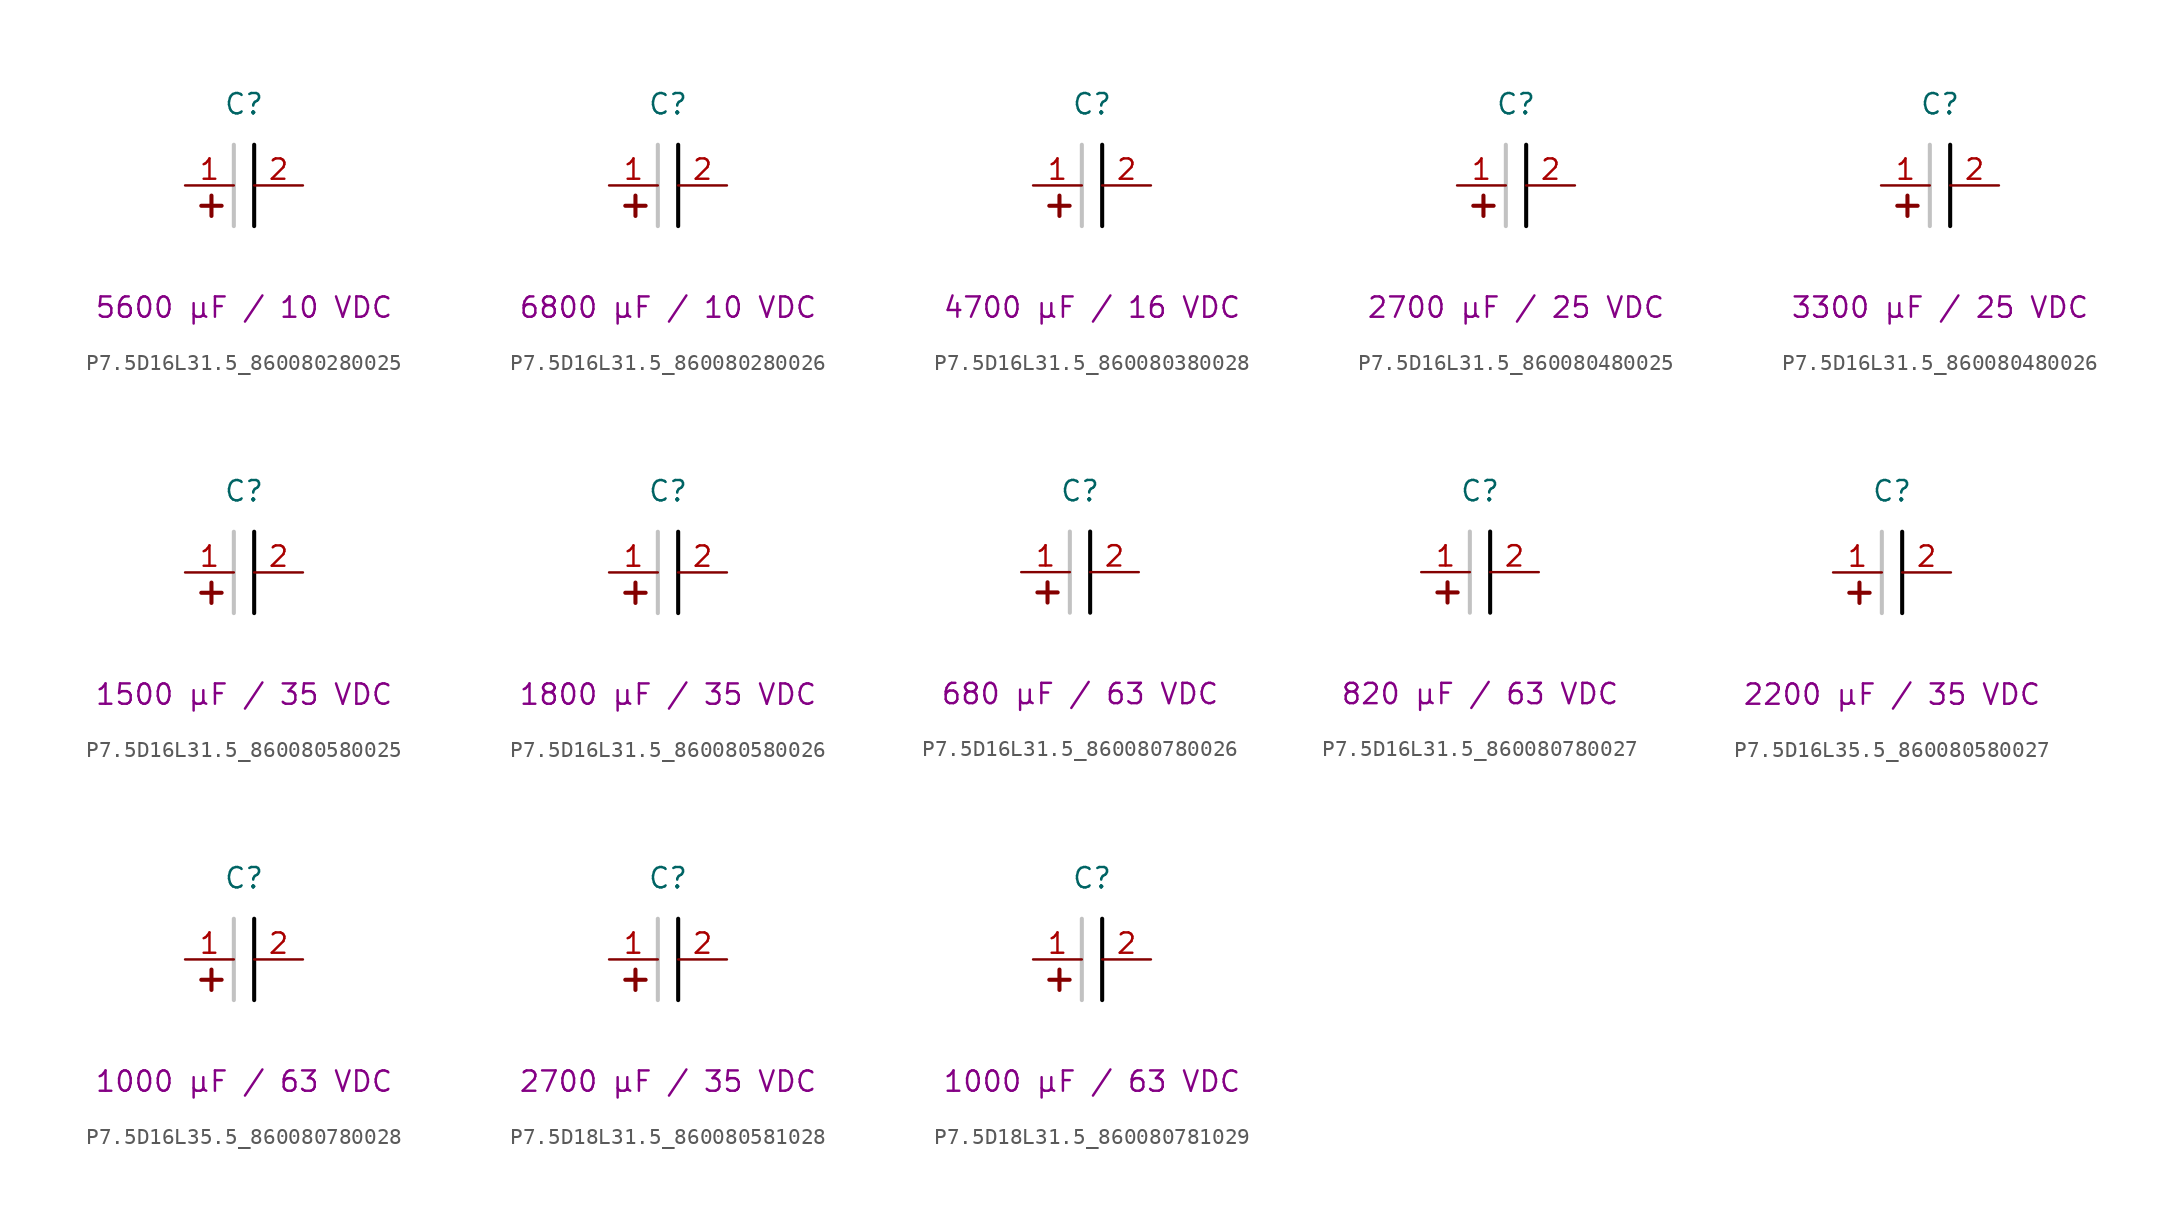
<source format=kicad_sym>
(kicad_symbol_lib
  (version 20220914)
  (generator kicad_symbol_editor)
  (symbol "P7.5D16L31.5_860080280025"
    (pin_names hide)
    (property "Reference" "C"
      (at 0 5.08 0)
      (effects (font (size 1.27 1.27))))
    (property "Critical Parameter" "5600 µF / 10 VDC"
      (at 0 -7.62 0)
      (effects (font (size 1.27 1.27))))
    (symbol "P7.5D16L31.5_860080280025_1_1"
      (polyline (pts (xy -2.667 -1.27) (xy -1.397 -1.27)) (stroke (width 0.254) (type default)) (fill (type none)))
      (polyline (pts (xy -2.032 -0.635) (xy -2.032 -1.905)) (stroke (width 0.254) (type default)) (fill (type none)))
      (polyline (pts (xy -0.635 2.54) (xy -0.635 -2.54)) (stroke (width 0.254) (type default) (color 194 194 194 1)) (fill (type none)))
      (polyline (pts (xy 0.635 2.54) (xy 0.635 -2.54)) (stroke (width 0.254) (type default) (color 0 0 0 1)) (fill (type none)))
      (pin passive line (at -3.679 0 0) (length 3.044) (name "1" (effects (font (size 1.27 1.27)))) (number "1" (effects (font (size 1.27 1.27)))))
      (pin passive line (at 3.679 0 180) (length 3.044) (name "2" (effects (font (size 1.27 1.27)))) (number "2" (effects (font (size 1.27 1.27)))))))
  (symbol "P7.5D16L31.5_860080280026"
    (pin_names hide)
    (property "Reference" "C"
      (at 0 5.08 0)
      (effects (font (size 1.27 1.27))))
    (property "Critical Parameter" "6800 µF / 10 VDC"
      (at 0 -7.62 0)
      (effects (font (size 1.27 1.27))))
    (symbol "P7.5D16L31.5_860080280026_1_1"
      (polyline (pts (xy -2.667 -1.27) (xy -1.397 -1.27)) (stroke (width 0.254) (type default)) (fill (type none)))
      (polyline (pts (xy -2.032 -0.635) (xy -2.032 -1.905)) (stroke (width 0.254) (type default)) (fill (type none)))
      (polyline (pts (xy -0.635 2.54) (xy -0.635 -2.54)) (stroke (width 0.254) (type default) (color 194 194 194 1)) (fill (type none)))
      (polyline (pts (xy 0.635 2.54) (xy 0.635 -2.54)) (stroke (width 0.254) (type default) (color 0 0 0 1)) (fill (type none)))
      (pin passive line (at -3.679 0 0) (length 3.044) (name "1" (effects (font (size 1.27 1.27)))) (number "1" (effects (font (size 1.27 1.27)))))
      (pin passive line (at 3.679 0 180) (length 3.044) (name "2" (effects (font (size 1.27 1.27)))) (number "2" (effects (font (size 1.27 1.27)))))))
  (symbol "P7.5D16L31.5_860080380028"
    (pin_names hide)
    (property "Reference" "C"
      (at 0 5.08 0)
      (effects (font (size 1.27 1.27))))
    (property "Critical Parameter" "4700 µF / 16 VDC"
      (at 0 -7.62 0)
      (effects (font (size 1.27 1.27))))
    (symbol "P7.5D16L31.5_860080380028_1_1"
      (polyline (pts (xy -2.667 -1.27) (xy -1.397 -1.27)) (stroke (width 0.254) (type default)) (fill (type none)))
      (polyline (pts (xy -2.032 -0.635) (xy -2.032 -1.905)) (stroke (width 0.254) (type default)) (fill (type none)))
      (polyline (pts (xy -0.635 2.54) (xy -0.635 -2.54)) (stroke (width 0.254) (type default) (color 194 194 194 1)) (fill (type none)))
      (polyline (pts (xy 0.635 2.54) (xy 0.635 -2.54)) (stroke (width 0.254) (type default) (color 0 0 0 1)) (fill (type none)))
      (pin passive line (at -3.679 0 0) (length 3.044) (name "1" (effects (font (size 1.27 1.27)))) (number "1" (effects (font (size 1.27 1.27)))))
      (pin passive line (at 3.679 0 180) (length 3.044) (name "2" (effects (font (size 1.27 1.27)))) (number "2" (effects (font (size 1.27 1.27)))))))
  (symbol "P7.5D16L31.5_860080480025"
    (pin_names hide)
    (property "Reference" "C"
      (at 0 5.08 0)
      (effects (font (size 1.27 1.27))))
    (property "Critical Parameter" "2700 µF / 25 VDC"
      (at 0 -7.62 0)
      (effects (font (size 1.27 1.27))))
    (symbol "P7.5D16L31.5_860080480025_1_1"
      (polyline (pts (xy -2.667 -1.27) (xy -1.397 -1.27)) (stroke (width 0.254) (type default)) (fill (type none)))
      (polyline (pts (xy -2.032 -0.635) (xy -2.032 -1.905)) (stroke (width 0.254) (type default)) (fill (type none)))
      (polyline (pts (xy -0.635 2.54) (xy -0.635 -2.54)) (stroke (width 0.254) (type default) (color 194 194 194 1)) (fill (type none)))
      (polyline (pts (xy 0.635 2.54) (xy 0.635 -2.54)) (stroke (width 0.254) (type default) (color 0 0 0 1)) (fill (type none)))
      (pin passive line (at -3.679 0 0) (length 3.044) (name "1" (effects (font (size 1.27 1.27)))) (number "1" (effects (font (size 1.27 1.27)))))
      (pin passive line (at 3.679 0 180) (length 3.044) (name "2" (effects (font (size 1.27 1.27)))) (number "2" (effects (font (size 1.27 1.27)))))))
  (symbol "P7.5D16L31.5_860080480026"
    (pin_names hide)
    (property "Reference" "C"
      (at 0 5.08 0)
      (effects (font (size 1.27 1.27))))
    (property "Critical Parameter" "3300 µF / 25 VDC"
      (at 0 -7.62 0)
      (effects (font (size 1.27 1.27))))
    (symbol "P7.5D16L31.5_860080480026_1_1"
      (polyline (pts (xy -2.667 -1.27) (xy -1.397 -1.27)) (stroke (width 0.254) (type default)) (fill (type none)))
      (polyline (pts (xy -2.032 -0.635) (xy -2.032 -1.905)) (stroke (width 0.254) (type default)) (fill (type none)))
      (polyline (pts (xy -0.635 2.54) (xy -0.635 -2.54)) (stroke (width 0.254) (type default) (color 194 194 194 1)) (fill (type none)))
      (polyline (pts (xy 0.635 2.54) (xy 0.635 -2.54)) (stroke (width 0.254) (type default) (color 0 0 0 1)) (fill (type none)))
      (pin passive line (at -3.679 0 0) (length 3.044) (name "1" (effects (font (size 1.27 1.27)))) (number "1" (effects (font (size 1.27 1.27)))))
      (pin passive line (at 3.679 0 180) (length 3.044) (name "2" (effects (font (size 1.27 1.27)))) (number "2" (effects (font (size 1.27 1.27)))))))
  (symbol "P7.5D16L31.5_860080580025"
    (pin_names hide)
    (property "Reference" "C"
      (at 0 5.08 0)
      (effects (font (size 1.27 1.27))))
    (property "Critical Parameter" "1500 µF / 35 VDC"
      (at 0 -7.62 0)
      (effects (font (size 1.27 1.27))))
    (symbol "P7.5D16L31.5_860080580025_1_1"
      (polyline (pts (xy -2.667 -1.27) (xy -1.397 -1.27)) (stroke (width 0.254) (type default)) (fill (type none)))
      (polyline (pts (xy -2.032 -0.635) (xy -2.032 -1.905)) (stroke (width 0.254) (type default)) (fill (type none)))
      (polyline (pts (xy -0.635 2.54) (xy -0.635 -2.54)) (stroke (width 0.254) (type default) (color 194 194 194 1)) (fill (type none)))
      (polyline (pts (xy 0.635 2.54) (xy 0.635 -2.54)) (stroke (width 0.254) (type default) (color 0 0 0 1)) (fill (type none)))
      (pin passive line (at -3.679 0 0) (length 3.044) (name "1" (effects (font (size 1.27 1.27)))) (number "1" (effects (font (size 1.27 1.27)))))
      (pin passive line (at 3.679 0 180) (length 3.044) (name "2" (effects (font (size 1.27 1.27)))) (number "2" (effects (font (size 1.27 1.27)))))))
  (symbol "P7.5D16L31.5_860080580026"
    (pin_names hide)
    (property "Reference" "C"
      (at 0 5.08 0)
      (effects (font (size 1.27 1.27))))
    (property "Critical Parameter" "1800 µF / 35 VDC"
      (at 0 -7.62 0)
      (effects (font (size 1.27 1.27))))
    (symbol "P7.5D16L31.5_860080580026_1_1"
      (polyline (pts (xy -2.667 -1.27) (xy -1.397 -1.27)) (stroke (width 0.254) (type default)) (fill (type none)))
      (polyline (pts (xy -2.032 -0.635) (xy -2.032 -1.905)) (stroke (width 0.254) (type default)) (fill (type none)))
      (polyline (pts (xy -0.635 2.54) (xy -0.635 -2.54)) (stroke (width 0.254) (type default) (color 194 194 194 1)) (fill (type none)))
      (polyline (pts (xy 0.635 2.54) (xy 0.635 -2.54)) (stroke (width 0.254) (type default) (color 0 0 0 1)) (fill (type none)))
      (pin passive line (at -3.679 0 0) (length 3.044) (name "1" (effects (font (size 1.27 1.27)))) (number "1" (effects (font (size 1.27 1.27)))))
      (pin passive line (at 3.679 0 180) (length 3.044) (name "2" (effects (font (size 1.27 1.27)))) (number "2" (effects (font (size 1.27 1.27)))))))
  (symbol "P7.5D16L31.5_860080780026"
    (pin_names hide)
    (property "Reference" "C"
      (at 0 5.08 0)
      (effects (font (size 1.27 1.27))))
    (property "Critical Parameter" "680 µF / 63 VDC"
      (at 0 -7.62 0)
      (effects (font (size 1.27 1.27))))
    (symbol "P7.5D16L31.5_860080780026_1_1"
      (polyline (pts (xy -2.667 -1.27) (xy -1.397 -1.27)) (stroke (width 0.254) (type default)) (fill (type none)))
      (polyline (pts (xy -2.032 -0.635) (xy -2.032 -1.905)) (stroke (width 0.254) (type default)) (fill (type none)))
      (polyline (pts (xy -0.635 2.54) (xy -0.635 -2.54)) (stroke (width 0.254) (type default) (color 194 194 194 1)) (fill (type none)))
      (polyline (pts (xy 0.635 2.54) (xy 0.635 -2.54)) (stroke (width 0.254) (type default) (color 0 0 0 1)) (fill (type none)))
      (pin passive line (at -3.679 0 0) (length 3.044) (name "1" (effects (font (size 1.27 1.27)))) (number "1" (effects (font (size 1.27 1.27)))))
      (pin passive line (at 3.679 0 180) (length 3.044) (name "2" (effects (font (size 1.27 1.27)))) (number "2" (effects (font (size 1.27 1.27)))))))
  (symbol "P7.5D16L31.5_860080780027"
    (pin_names hide)
    (property "Reference" "C"
      (at 0 5.08 0)
      (effects (font (size 1.27 1.27))))
    (property "Critical Parameter" "820 µF / 63 VDC"
      (at 0 -7.62 0)
      (effects (font (size 1.27 1.27))))
    (symbol "P7.5D16L31.5_860080780027_1_1"
      (polyline (pts (xy -2.667 -1.27) (xy -1.397 -1.27)) (stroke (width 0.254) (type default)) (fill (type none)))
      (polyline (pts (xy -2.032 -0.635) (xy -2.032 -1.905)) (stroke (width 0.254) (type default)) (fill (type none)))
      (polyline (pts (xy -0.635 2.54) (xy -0.635 -2.54)) (stroke (width 0.254) (type default) (color 194 194 194 1)) (fill (type none)))
      (polyline (pts (xy 0.635 2.54) (xy 0.635 -2.54)) (stroke (width 0.254) (type default) (color 0 0 0 1)) (fill (type none)))
      (pin passive line (at -3.679 0 0) (length 3.044) (name "1" (effects (font (size 1.27 1.27)))) (number "1" (effects (font (size 1.27 1.27)))))
      (pin passive line (at 3.679 0 180) (length 3.044) (name "2" (effects (font (size 1.27 1.27)))) (number "2" (effects (font (size 1.27 1.27)))))))
  (symbol "P7.5D16L35.5_860080580027"
    (pin_names hide)
    (property "Reference" "C"
      (at 0 5.08 0)
      (effects (font (size 1.27 1.27))))
    (property "Critical Parameter" "2200 µF / 35 VDC"
      (at 0 -7.62 0)
      (effects (font (size 1.27 1.27))))
    (symbol "P7.5D16L35.5_860080580027_1_1"
      (polyline (pts (xy -2.667 -1.27) (xy -1.397 -1.27)) (stroke (width 0.254) (type default)) (fill (type none)))
      (polyline (pts (xy -2.032 -0.635) (xy -2.032 -1.905)) (stroke (width 0.254) (type default)) (fill (type none)))
      (polyline (pts (xy -0.635 2.54) (xy -0.635 -2.54)) (stroke (width 0.254) (type default) (color 194 194 194 1)) (fill (type none)))
      (polyline (pts (xy 0.635 2.54) (xy 0.635 -2.54)) (stroke (width 0.254) (type default) (color 0 0 0 1)) (fill (type none)))
      (pin passive line (at -3.679 0 0) (length 3.044) (name "1" (effects (font (size 1.27 1.27)))) (number "1" (effects (font (size 1.27 1.27)))))
      (pin passive line (at 3.679 0 180) (length 3.044) (name "2" (effects (font (size 1.27 1.27)))) (number "2" (effects (font (size 1.27 1.27)))))))
  (symbol "P7.5D16L35.5_860080780028"
    (pin_names hide)
    (property "Reference" "C"
      (at 0 5.08 0)
      (effects (font (size 1.27 1.27))))
    (property "Critical Parameter" "1000 µF / 63 VDC"
      (at 0 -7.62 0)
      (effects (font (size 1.27 1.27))))
    (symbol "P7.5D16L35.5_860080780028_1_1"
      (polyline (pts (xy -2.667 -1.27) (xy -1.397 -1.27)) (stroke (width 0.254) (type default)) (fill (type none)))
      (polyline (pts (xy -2.032 -0.635) (xy -2.032 -1.905)) (stroke (width 0.254) (type default)) (fill (type none)))
      (polyline (pts (xy -0.635 2.54) (xy -0.635 -2.54)) (stroke (width 0.254) (type default) (color 194 194 194 1)) (fill (type none)))
      (polyline (pts (xy 0.635 2.54) (xy 0.635 -2.54)) (stroke (width 0.254) (type default) (color 0 0 0 1)) (fill (type none)))
      (pin passive line (at -3.679 0 0) (length 3.044) (name "1" (effects (font (size 1.27 1.27)))) (number "1" (effects (font (size 1.27 1.27)))))
      (pin passive line (at 3.679 0 180) (length 3.044) (name "2" (effects (font (size 1.27 1.27)))) (number "2" (effects (font (size 1.27 1.27)))))))
  (symbol "P7.5D18L31.5_860080581028"
    (pin_names hide)
    (property "Reference" "C"
      (at 0 5.08 0)
      (effects (font (size 1.27 1.27))))
    (property "Critical Parameter" "2700 µF / 35 VDC"
      (at 0 -7.62 0)
      (effects (font (size 1.27 1.27))))
    (symbol "P7.5D18L31.5_860080581028_1_1"
      (polyline (pts (xy -2.667 -1.27) (xy -1.397 -1.27)) (stroke (width 0.254) (type default)) (fill (type none)))
      (polyline (pts (xy -2.032 -0.635) (xy -2.032 -1.905)) (stroke (width 0.254) (type default)) (fill (type none)))
      (polyline (pts (xy -0.635 2.54) (xy -0.635 -2.54)) (stroke (width 0.254) (type default) (color 194 194 194 1)) (fill (type none)))
      (polyline (pts (xy 0.635 2.54) (xy 0.635 -2.54)) (stroke (width 0.254) (type default) (color 0 0 0 1)) (fill (type none)))
      (pin passive line (at -3.679 0 0) (length 3.044) (name "1" (effects (font (size 1.27 1.27)))) (number "1" (effects (font (size 1.27 1.27)))))
      (pin passive line (at 3.679 0 180) (length 3.044) (name "2" (effects (font (size 1.27 1.27)))) (number "2" (effects (font (size 1.27 1.27)))))))
  (symbol "P7.5D18L31.5_860080781029"
    (pin_names hide)
    (property "Reference" "C"
      (at 0 5.08 0)
      (effects (font (size 1.27 1.27))))
    (property "Critical Parameter" "1000 µF / 63 VDC"
      (at 0 -7.62 0)
      (effects (font (size 1.27 1.27))))
    (symbol "P7.5D18L31.5_860080781029_1_1"
      (polyline (pts (xy -2.667 -1.27) (xy -1.397 -1.27)) (stroke (width 0.254) (type default)) (fill (type none)))
      (polyline (pts (xy -2.032 -0.635) (xy -2.032 -1.905)) (stroke (width 0.254) (type default)) (fill (type none)))
      (polyline (pts (xy -0.635 2.54) (xy -0.635 -2.54)) (stroke (width 0.254) (type default) (color 194 194 194 1)) (fill (type none)))
      (polyline (pts (xy 0.635 2.54) (xy 0.635 -2.54)) (stroke (width 0.254) (type default) (color 0 0 0 1)) (fill (type none)))
      (pin passive line (at -3.679 0 0) (length 3.044) (name "1" (effects (font (size 1.27 1.27)))) (number "1" (effects (font (size 1.27 1.27)))))
      (pin passive line (at 3.679 0 180) (length 3.044) (name "2" (effects (font (size 1.27 1.27)))) (number "2" (effects (font (size 1.27 1.27))))))))
</source>
